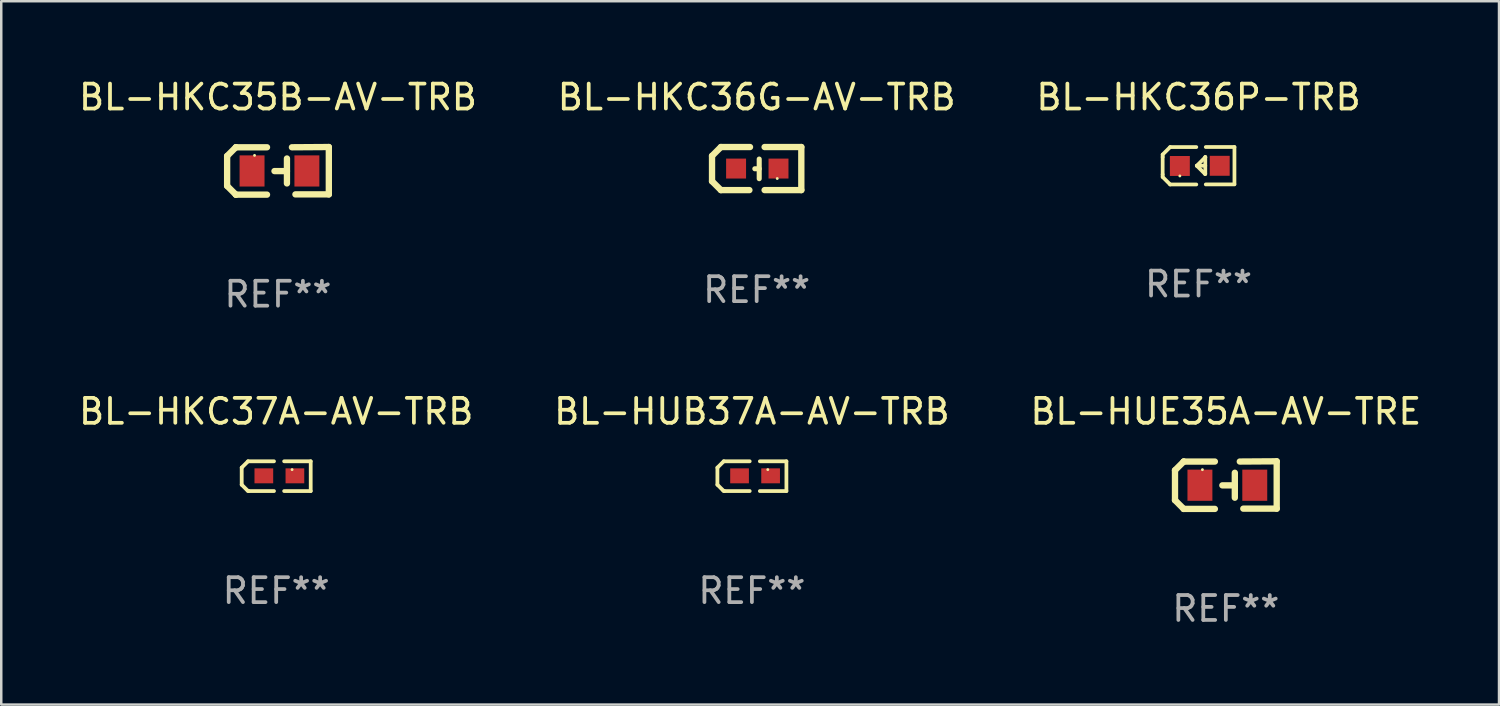
<source format=kicad_pcb>
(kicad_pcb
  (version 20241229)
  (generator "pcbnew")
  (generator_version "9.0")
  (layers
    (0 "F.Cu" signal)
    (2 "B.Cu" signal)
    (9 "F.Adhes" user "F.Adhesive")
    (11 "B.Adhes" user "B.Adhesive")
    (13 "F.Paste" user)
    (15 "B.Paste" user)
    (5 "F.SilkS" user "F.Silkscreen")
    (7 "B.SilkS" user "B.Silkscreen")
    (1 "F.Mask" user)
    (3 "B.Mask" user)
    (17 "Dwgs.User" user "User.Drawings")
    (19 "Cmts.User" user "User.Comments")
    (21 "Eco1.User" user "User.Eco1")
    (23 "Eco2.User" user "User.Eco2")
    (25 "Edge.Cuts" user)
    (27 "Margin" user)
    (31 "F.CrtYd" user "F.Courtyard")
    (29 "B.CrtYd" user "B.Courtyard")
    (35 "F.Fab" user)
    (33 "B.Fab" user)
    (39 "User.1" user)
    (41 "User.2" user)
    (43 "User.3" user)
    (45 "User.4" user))
  (footprint "BL-HKC37A-AV-TRB"
    (layer "F.Cu")
    (at 8.03 16.052)
    (property "Reference" "BL-HKC37A-AV-TRB" (at 0 -2.597 0) (layer "F.SilkS") (effects (font (size 1 1) (thickness 0.15))))
    (attr through_hole)
    (fp_line (start -1.384 -0.343) (end -1.13 -0.597) (stroke (width 0.152) (type solid)) (layer "F.SilkS"))
    (fp_line (start -1.384 0.343) (end -1.384 -0.343) (stroke (width 0.152) (type solid)) (layer "F.SilkS"))
    (fp_line (start -1.143 0.584) (end -1.384 0.343) (stroke (width 0.152) (type solid)) (layer "F.SilkS"))
    (fp_line (start -1.13 -0.597) (end -0.089 -0.597) (stroke (width 0.152) (type solid)) (layer "F.SilkS"))
    (fp_line (start -1.105 0.597) (end -1.143 0.584) (stroke (width 0.152) (type solid)) (layer "F.SilkS"))
    (fp_line (start -1.105 0.597) (end -0.089 0.597) (stroke (width 0.152) (type solid)) (layer "F.SilkS"))
    (fp_line (start 0.318 0.597) (end 1.384 0.597) (stroke (width 0.15) (type solid)) (layer "F.SilkS"))
    (fp_line (start 1.384 -0.597) (end 0.318 -0.597) (stroke (width 0.15) (type solid)) (layer "F.SilkS"))
    (fp_line (start 1.384 0.597) (end 1.384 -0.597) (stroke (width 0.15) (type solid)) (layer "F.SilkS"))
    (fp_circle (center 0.637 -0.264) (end 0.667 -0.264) (stroke (width 0.06) (type solid)) (fill no) (layer "F.SilkS"))
    (fp_text user "REF**" (at 0 4.597 0) (layer "F.Fab") (effects (font (size 1 1) (thickness 0.15))))
    (pad "1" smd rect (at 0.75 -0.014) (size 0.75 0.6) (layers "F.Cu" "F.Mask" "F.Paste"))
    (pad "2" smd rect (at -0.496 -0.014) (size 0.75 0.6) (layers "F.Cu" "F.Mask" "F.Paste")))
  (footprint "BL-HUE35A-AV-TRE"
    (layer "F.Cu")
    (at 46.125 16.41)
    (property "Reference" "BL-HUE35A-AV-TRE" (at 0 -2.955 0) (layer "F.SilkS") (effects (font (size 1 1) (thickness 0.15))))
    (attr through_hole)
    (fp_line (start -2.04 -0.595) (end -2.04 0.605) (stroke (width 0.254) (type solid)) (layer "F.SilkS"))
    (fp_line (start -1.69 -0.945) (end -1.69 -0.945) (stroke (width 0.254) (type solid)) (layer "F.SilkS"))
    (fp_line (start -1.69 -0.945) (end -2.04 -0.595) (stroke (width 0.254) (type solid)) (layer "F.SilkS"))
    (fp_line (start -1.69 0.955) (end -2.04 0.605) (stroke (width 0.254) (type solid)) (layer "F.SilkS"))
    (fp_line (start -1.69 0.955) (end -1.69 0.955) (stroke (width 0.254) (type solid)) (layer "F.SilkS"))
    (fp_line (start -0.44 -0.945) (end -1.69 -0.945) (stroke (width 0.254) (type solid)) (layer "F.SilkS"))
    (fp_line (start -0.44 0.955) (end -1.69 0.955) (stroke (width 0.254) (type solid)) (layer "F.SilkS"))
    (fp_line (start 0.36 -0.495) (end 0.36 0.505) (stroke (width 0.254) (type solid)) (layer "F.SilkS"))
    (fp_line (start 0.36 0.01) (end -0.14 0.01) (stroke (width 0.254) (type solid)) (layer "F.SilkS"))
    (fp_line (start 0.56 -0.945) (end 2.04 -0.955) (stroke (width 0.254) (type solid)) (layer "F.SilkS"))
    (fp_line (start 0.7 0.945) (end 2.04 0.945) (stroke (width 0.254) (type solid)) (layer "F.SilkS"))
    (fp_line (start 2.04 -0.955) (end 2.04 0.945) (stroke (width 0.254) (type solid)) (layer "F.SilkS"))
    (fp_circle (center -0.94 -0.62) (end -0.91 -0.62) (stroke (width 0.06) (type solid)) (fill no) (layer "F.SilkS"))
    (fp_text user "REF**" (at 0 4.955 0) (layer "F.Fab") (effects (font (size 1 1) (thickness 0.15))))
    (pad "1" smd rect (at -1.04 0.005 180) (size 1 1.25) (layers "F.Cu" "F.Mask" "F.Paste"))
    (pad "2" smd rect (at 1.16 0.005 180) (size 1 1.25) (layers "F.Cu" "F.Mask" "F.Paste")))
  (footprint "BL-HKC35B-AV-TRB"
    (layer "F.Cu")
    (at 8.101 3.803)
    (property "Reference" "BL-HKC35B-AV-TRB" (at 0 -2.955 0) (layer "F.SilkS") (effects (font (size 1 1) (thickness 0.15))))
    (attr through_hole)
    (fp_line (start -2.04 -0.595) (end -2.04 0.605) (stroke (width 0.254) (type solid)) (layer "F.SilkS"))
    (fp_line (start -1.69 -0.945) (end -1.69 -0.945) (stroke (width 0.254) (type solid)) (layer "F.SilkS"))
    (fp_line (start -1.69 -0.945) (end -2.04 -0.595) (stroke (width 0.254) (type solid)) (layer "F.SilkS"))
    (fp_line (start -1.69 0.955) (end -2.04 0.605) (stroke (width 0.254) (type solid)) (layer "F.SilkS"))
    (fp_line (start -1.69 0.955) (end -1.69 0.955) (stroke (width 0.254) (type solid)) (layer "F.SilkS"))
    (fp_line (start -0.44 -0.945) (end -1.69 -0.945) (stroke (width 0.254) (type solid)) (layer "F.SilkS"))
    (fp_line (start -0.44 0.955) (end -1.69 0.955) (stroke (width 0.254) (type solid)) (layer "F.SilkS"))
    (fp_line (start 0.36 -0.495) (end 0.36 0.505) (stroke (width 0.254) (type solid)) (layer "F.SilkS"))
    (fp_line (start 0.36 0.01) (end -0.14 0.01) (stroke (width 0.254) (type solid)) (layer "F.SilkS"))
    (fp_line (start 0.56 -0.945) (end 2.04 -0.955) (stroke (width 0.254) (type solid)) (layer "F.SilkS"))
    (fp_line (start 0.7 0.945) (end 2.04 0.945) (stroke (width 0.254) (type solid)) (layer "F.SilkS"))
    (fp_line (start 2.04 -0.955) (end 2.04 0.945) (stroke (width 0.254) (type solid)) (layer "F.SilkS"))
    (fp_circle (center -0.94 -0.62) (end -0.91 -0.62) (stroke (width 0.06) (type solid)) (fill no) (layer "F.SilkS"))
    (fp_text user "REF**" (at 0 4.955 0) (layer "F.Fab") (effects (font (size 1 1) (thickness 0.15))))
    (pad "1" smd rect (at -1.04 0.005 180) (size 1 1.25) (layers "F.Cu" "F.Mask" "F.Paste"))
    (pad "2" smd rect (at 1.16 0.005 180) (size 1 1.25) (layers "F.Cu" "F.Mask" "F.Paste")))
  (footprint "BL-HUB37A-AV-TRB"
    (layer "F.Cu")
    (at 27.113 16.052)
    (property "Reference" "BL-HUB37A-AV-TRB" (at 0 -2.597 0) (layer "F.SilkS") (effects (font (size 1 1) (thickness 0.15))))
    (attr through_hole)
    (fp_line (start -1.384 -0.343) (end -1.13 -0.597) (stroke (width 0.152) (type solid)) (layer "F.SilkS"))
    (fp_line (start -1.384 0.343) (end -1.384 -0.343) (stroke (width 0.152) (type solid)) (layer "F.SilkS"))
    (fp_line (start -1.143 0.584) (end -1.384 0.343) (stroke (width 0.152) (type solid)) (layer "F.SilkS"))
    (fp_line (start -1.13 -0.597) (end -0.089 -0.597) (stroke (width 0.152) (type solid)) (layer "F.SilkS"))
    (fp_line (start -1.105 0.597) (end -1.143 0.584) (stroke (width 0.152) (type solid)) (layer "F.SilkS"))
    (fp_line (start -1.105 0.597) (end -0.089 0.597) (stroke (width 0.152) (type solid)) (layer "F.SilkS"))
    (fp_line (start 0.318 0.597) (end 1.384 0.597) (stroke (width 0.15) (type solid)) (layer "F.SilkS"))
    (fp_line (start 1.384 -0.597) (end 0.318 -0.597) (stroke (width 0.15) (type solid)) (layer "F.SilkS"))
    (fp_line (start 1.384 0.597) (end 1.384 -0.597) (stroke (width 0.15) (type solid)) (layer "F.SilkS"))
    (fp_circle (center 0.637 -0.264) (end 0.667 -0.264) (stroke (width 0.06) (type solid)) (fill no) (layer "F.SilkS"))
    (fp_text user "REF**" (at 0 4.597 0) (layer "F.Fab") (effects (font (size 1 1) (thickness 0.15))))
    (pad "1" smd rect (at 0.75 -0.014) (size 0.75 0.6) (layers "F.Cu" "F.Mask" "F.Paste"))
    (pad "2" smd rect (at -0.496 -0.014) (size 0.75 0.6) (layers "F.Cu" "F.Mask" "F.Paste")))
  (footprint "BL-HKC36P-TRB"
    (layer "F.Cu")
    (at 45.03 3.599)
    (property "Reference" "BL-HKC36P-TRB" (at 0 -2.751 0) (layer "F.SilkS") (effects (font (size 1 1) (thickness 0.15))))
    (attr through_hole)
    (fp_line (start -1.44 -0.449) (end -1.14 -0.749) (stroke (width 0.15) (type solid)) (layer "F.SilkS"))
    (fp_line (start -1.44 -0.349) (end -1.44 -0.449) (stroke (width 0.15) (type solid)) (layer "F.SilkS"))
    (fp_line (start -1.44 -0.349) (end -1.44 0.351) (stroke (width 0.15) (type solid)) (layer "F.SilkS"))
    (fp_line (start -1.44 0.351) (end -1.44 0.451) (stroke (width 0.15) (type solid)) (layer "F.SilkS"))
    (fp_line (start -1.44 0.451) (end -1.14 0.751) (stroke (width 0.15) (type solid)) (layer "F.SilkS"))
    (fp_line (start -0.09 -0.749) (end -1.14 -0.749) (stroke (width 0.15) (type solid)) (layer "F.SilkS"))
    (fp_line (start -0.09 0.751) (end -1.14 0.751) (stroke (width 0.15) (type solid)) (layer "F.SilkS"))
    (fp_line (start 0.26 0.329) (end -0.07 -0.001) (stroke (width 0.15) (type solid)) (layer "F.SilkS"))
    (fp_line (start 0.27 -0.351) (end 0.27 -0.341) (stroke (width 0.15) (type solid)) (layer "F.SilkS"))
    (fp_line (start 0.27 -0.351) (end 0.27 0.329) (stroke (width 0.15) (type solid)) (layer "F.SilkS"))
    (fp_line (start 0.27 -0.341) (end -0.07 -0.001) (stroke (width 0.15) (type solid)) (layer "F.SilkS"))
    (fp_line (start 0.27 -0.001) (end -0.07 -0.001) (stroke (width 0.15) (type solid)) (layer "F.SilkS"))
    (fp_line (start 0.27 0.329) (end 0.26 0.329) (stroke (width 0.15) (type solid)) (layer "F.SilkS"))
    (fp_line (start 0.29 -0.751) (end 1.44 -0.751) (stroke (width 0.15) (type solid)) (layer "F.SilkS"))
    (fp_line (start 0.29 0.749) (end 1.44 0.749) (stroke (width 0.15) (type solid)) (layer "F.SilkS"))
    (fp_line (start 1.44 -0.751) (end 1.44 0.729) (stroke (width 0.15) (type solid)) (layer "F.SilkS"))
    (fp_circle (center -0.75 0.409) (end -0.72 0.409) (stroke (width 0.06) (type solid)) (fill no) (layer "F.SilkS"))
    (fp_text user "REF**" (at 0 4.751 0) (layer "F.Fab") (effects (font (size 1 1) (thickness 0.15))))
    (pad "1" smd rect (at -0.75 0.009 90) (size 0.8 0.8) (layers "F.Cu" "F.Mask" "F.Paste"))
    (pad "2" smd rect (at 0.849 0.002 90) (size 0.8 0.8) (layers "F.Cu" "F.Mask" "F.Paste")))
  (footprint "BL-HKC36G-AV-TRB"
    (layer "F.Cu")
    (at 27.304 3.712)
    (property "Reference" "BL-HKC36G-AV-TRB" (at 0 -2.864 0) (layer "F.SilkS") (effects (font (size 1 1) (thickness 0.15))))
    (attr through_hole)
    (fp_line (start -1.791 -0.508) (end -1.435 -0.864) (stroke (width 0.254) (type solid)) (layer "F.SilkS"))
    (fp_line (start -1.791 0.508) (end -1.791 -0.508) (stroke (width 0.254) (type solid)) (layer "F.SilkS"))
    (fp_line (start -1.435 0.864) (end -1.791 0.508) (stroke (width 0.254) (type solid)) (layer "F.SilkS"))
    (fp_line (start -0.292 0.864) (end -1.435 0.864) (stroke (width 0.254) (type solid)) (layer "F.SilkS"))
    (fp_line (start -0.267 -0.864) (end -1.435 -0.864) (stroke (width 0.254) (type solid)) (layer "F.SilkS"))
    (fp_line (start 0.102 0.008) (end -0.074 0.008) (stroke (width 0.203) (type solid)) (layer "F.SilkS"))
    (fp_line (start 0.102 0.406) (end 0.102 -0.381) (stroke (width 0.203) (type solid)) (layer "F.SilkS"))
    (fp_line (start 1.791 -0.864) (end 0.318 -0.864) (stroke (width 0.254) (type solid)) (layer "F.SilkS"))
    (fp_line (start 1.791 0.864) (end 0.318 0.864) (stroke (width 0.254) (type solid)) (layer "F.SilkS"))
    (fp_line (start 1.791 0.864) (end 1.791 -0.864) (stroke (width 0.254) (type solid)) (layer "F.SilkS"))
    (fp_circle (center 0.825 0.4) (end 0.855 0.4) (stroke (width 0.06) (type solid)) (fill no) (layer "F.SilkS"))
    (fp_text user "REF**" (at 0 4.864 0) (layer "F.Fab") (effects (font (size 1 1) (thickness 0.15))))
    (pad "1" smd rect (at 0.876 0 90) (size 0.8 0.8) (layers "F.Cu" "F.Mask" "F.Paste"))
    (pad "2" smd rect (at -0.826 0 90) (size 0.8 0.8) (layers "F.Cu" "F.Mask" "F.Paste")))
  (gr_rect
    (start -3 -3)
    (end 57.083 25.213)
    (stroke (width 0.1) (type default))
    (fill no)
    (layer "Edge.Cuts")))
</source>
